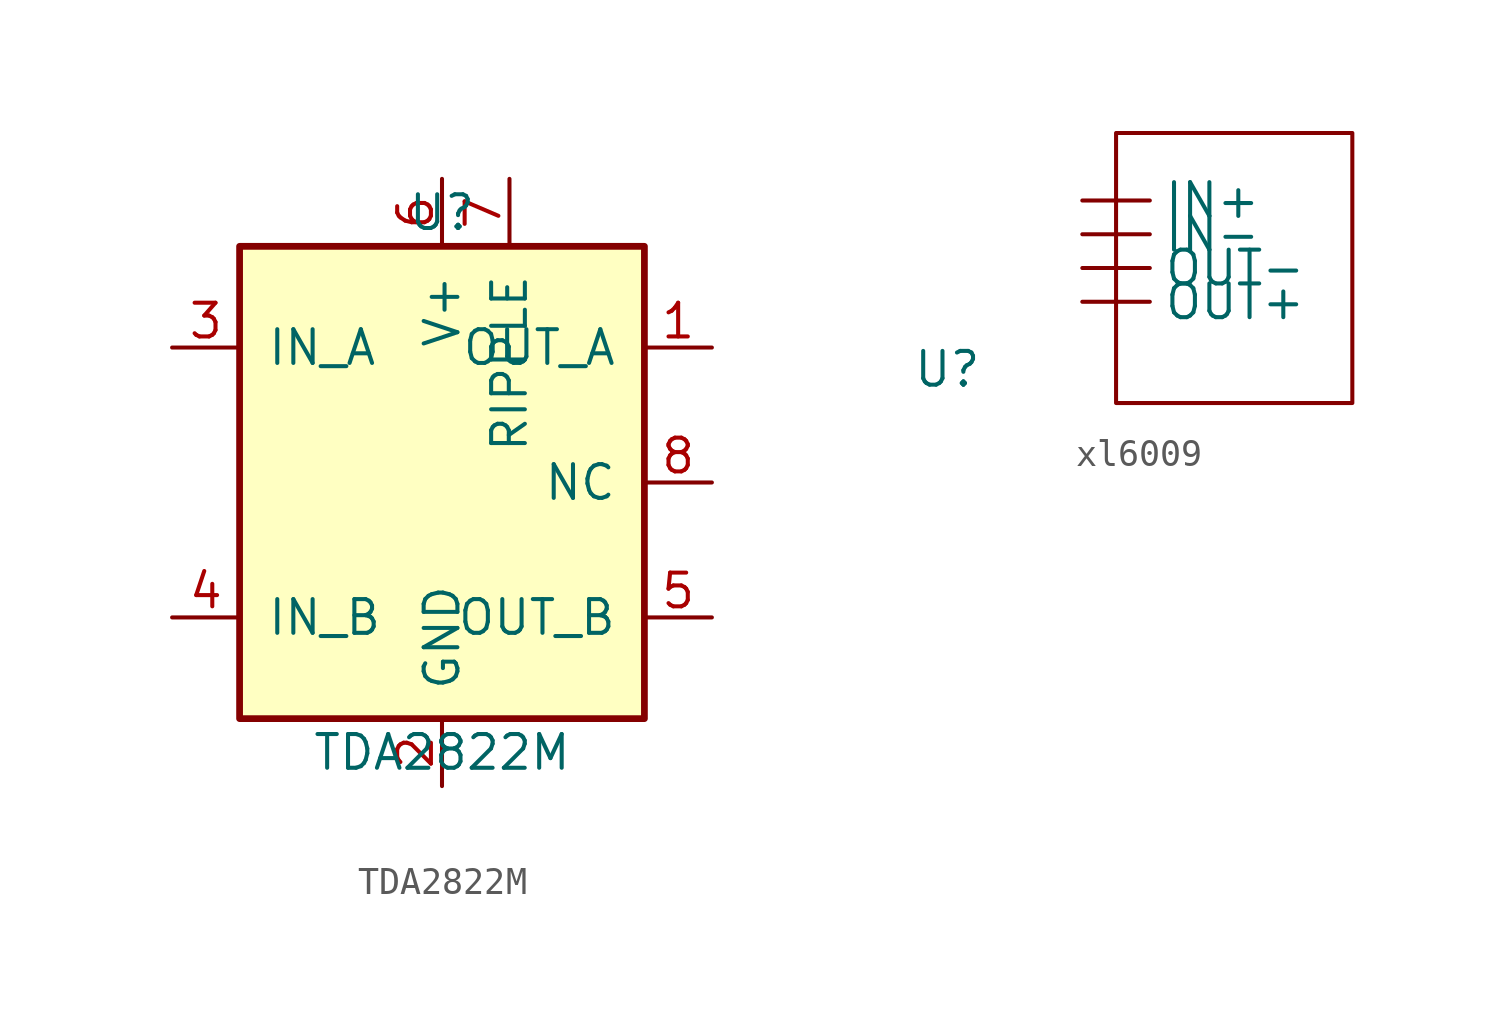
<source format=kicad_sym>
(kicad_symbol_lib
  (version 20220914)
  (generator kicad_symbol_editor)
  (symbol "TDA2822M"
    (pin_names
      (offset 1.016))
    (property "Reference" "U"
      (at 0 10.16 0)
      (effects (font (size 1.27 1.27))))
    (property "Value" "TDA2822M"
      (at 0 -10.16 0)
      (effects (font (size 1.27 1.27))))
    (symbol "TDA2822M_0_1"
      (rectangle (start -7.62 8.89) (end 7.62 -8.89) (stroke (width 0.254) (type default)) (fill (type background))))
    (symbol "TDA2822M_1_1"
      (pin output line (at 10.16 5.08 180) (length 2.54) (name "OUT_A" (effects (font (size 1.27 1.27)))) (number "1" (effects (font (size 1.27 1.27)))))
      (pin power_in line (at 0 -11.43 90) (length 2.54) (name "GND" (effects (font (size 1.27 1.27)))) (number "2" (effects (font (size 1.27 1.27)))))
      (pin input line (at -10.16 5.08 0) (length 2.54) (name "IN_A" (effects (font (size 1.27 1.27)))) (number "3" (effects (font (size 1.27 1.27)))))
      (pin input line (at -10.16 -5.08 0) (length 2.54) (name "IN_B" (effects (font (size 1.27 1.27)))) (number "4" (effects (font (size 1.27 1.27)))))
      (pin output line (at 10.16 -5.08 180) (length 2.54) (name "OUT_B" (effects (font (size 1.27 1.27)))) (number "5" (effects (font (size 1.27 1.27)))))
      (pin power_in line (at 0 11.43 270) (length 2.54) (name "V+" (effects (font (size 1.27 1.27)))) (number "6" (effects (font (size 1.27 1.27)))))
      (pin passive line (at 2.54 11.43 270) (length 2.54) (name "RIPPLE" (effects (font (size 1.27 1.27)))) (number "7" (effects (font (size 1.27 1.27)))))
      (pin passive line (at 10.16 0 180) (length 2.54) (name "NC" (effects (font (size 1.27 1.27)))) (number "8" (effects (font (size 1.27 1.27)))))))
  (symbol "xl6009"
    (property "Reference" "U"
      (at 0 0 0)
      (effects (font (size 1.27 1.27))))
    (property "Value" ""
      (at 0 0 0)
      (effects (font (size 1.27 1.27))))
    (symbol "xl6009_0_1"
      (polyline (pts (xy 6.35 8.89) (xy 6.35 -1.27) (xy 15.24 -1.27) (xy 15.24 8.89) (xy 6.35 8.89)) (stroke (width 0) (type default)) (fill (type none))))
    (symbol "xl6009_1_1"
      (pin input line (at 5.08 6.35 0) (length 2.54) (name "IN+" (effects (font (size 1.27 1.27)))) (number "" (effects (font (size 1.27 1.27)))))
      (pin input line (at 5.08 5.08 0) (length 2.54) (name "IN-" (effects (font (size 1.27 1.27)))) (number "" (effects (font (size 1.27 1.27)))))
      (pin output line (at 5.08 2.54 0) (length 2.54) (name "OUT+" (effects (font (size 1.27 1.27)))) (number "" (effects (font (size 1.27 1.27)))))
      (pin output line (at 5.08 3.81 0) (length 2.54) (name "OUT-" (effects (font (size 1.27 1.27)))) (number "" (effects (font (size 1.27 1.27))))))))
</source>
